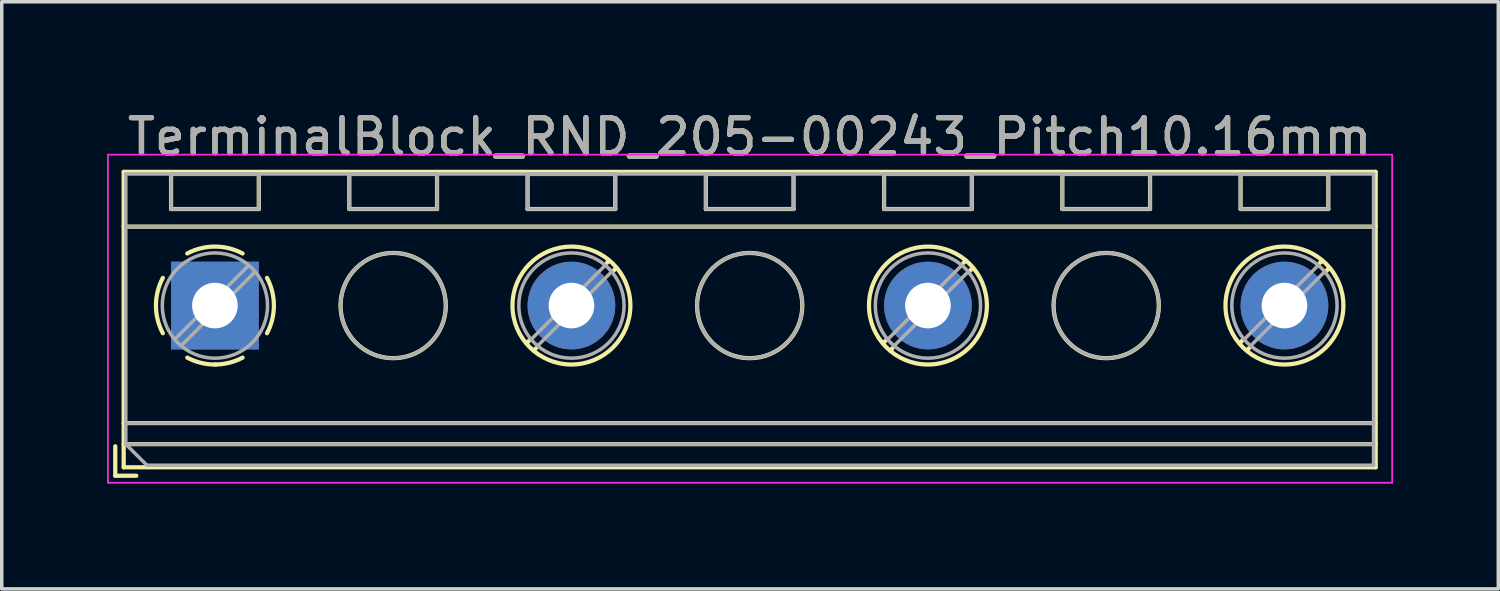
<source format=kicad_pcb>
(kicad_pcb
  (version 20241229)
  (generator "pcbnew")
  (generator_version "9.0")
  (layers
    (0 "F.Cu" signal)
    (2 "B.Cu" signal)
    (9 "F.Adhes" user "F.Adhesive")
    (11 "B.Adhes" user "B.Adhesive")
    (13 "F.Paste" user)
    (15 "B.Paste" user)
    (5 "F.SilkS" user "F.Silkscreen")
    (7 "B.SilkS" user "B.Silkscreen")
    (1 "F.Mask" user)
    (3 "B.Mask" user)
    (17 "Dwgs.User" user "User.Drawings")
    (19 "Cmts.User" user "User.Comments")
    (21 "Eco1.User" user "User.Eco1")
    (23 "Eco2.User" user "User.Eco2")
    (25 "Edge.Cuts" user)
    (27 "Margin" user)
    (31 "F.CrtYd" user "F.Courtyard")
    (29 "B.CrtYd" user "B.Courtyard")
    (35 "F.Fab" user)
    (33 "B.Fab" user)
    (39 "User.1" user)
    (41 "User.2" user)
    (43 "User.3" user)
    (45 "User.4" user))
  (footprint "TerminalBlock_RND_205-00243_Pitch10.16mm"
    (layer "F.Cu")
    (at 3.075 5.658)
    (property "Reference" "TerminalBlock_RND_205-00243_Pitch10.16mm" (at 15.24 -4.81 0) (layer "F.SilkS") (effects (font (size 1 1) (thickness 0.15))))
    (attr through_hole)
    (fp_line (start -2.84 4.01) (end -2.84 4.85) (stroke (width 0.12) (type solid)) (layer "F.SilkS"))
    (fp_line (start -2.84 4.85) (end -2.24 4.85) (stroke (width 0.12) (type solid)) (layer "F.SilkS"))
    (fp_line (start -2.6 -3.81) (end -2.6 4.61) (stroke (width 0.12) (type solid)) (layer "F.SilkS"))
    (fp_line (start -2.6 -2.25) (end 33.08 -2.25) (stroke (width 0.12) (type solid)) (layer "F.SilkS"))
    (fp_line (start -2.6 3.35) (end 33.08 3.35) (stroke (width 0.12) (type solid)) (layer "F.SilkS"))
    (fp_line (start -2.6 3.95) (end 33.08 3.95) (stroke (width 0.12) (type solid)) (layer "F.SilkS"))
    (fp_line (start -2.6 4.61) (end 33.08 4.61) (stroke (width 0.12) (type solid)) (layer "F.SilkS"))
    (fp_line (start -1.25 -3.751) (end -1.25 -2.751) (stroke (width 0.12) (type solid)) (layer "F.SilkS"))
    (fp_line (start -1.25 -3.751) (end 1.25 -3.751) (stroke (width 0.12) (type solid)) (layer "F.SilkS"))
    (fp_line (start -1.25 -2.751) (end 1.25 -2.751) (stroke (width 0.12) (type solid)) (layer "F.SilkS"))
    (fp_line (start 1.25 -3.751) (end 1.25 -2.751) (stroke (width 0.12) (type solid)) (layer "F.SilkS"))
    (fp_line (start 3.83 -3.751) (end 3.83 -2.751) (stroke (width 0.12) (type solid)) (layer "F.SilkS"))
    (fp_line (start 3.83 -3.751) (end 6.33 -3.751) (stroke (width 0.12) (type solid)) (layer "F.SilkS"))
    (fp_line (start 3.83 -2.751) (end 6.33 -2.751) (stroke (width 0.12) (type solid)) (layer "F.SilkS"))
    (fp_line (start 6.33 -3.751) (end 6.33 -2.751) (stroke (width 0.12) (type solid)) (layer "F.SilkS"))
    (fp_line (start 8.91 -3.751) (end 8.91 -2.751) (stroke (width 0.12) (type solid)) (layer "F.SilkS"))
    (fp_line (start 8.91 -3.751) (end 11.41 -3.751) (stroke (width 0.12) (type solid)) (layer "F.SilkS"))
    (fp_line (start 8.91 -2.751) (end 11.41 -2.751) (stroke (width 0.12) (type solid)) (layer "F.SilkS"))
    (fp_line (start 8.98 0.976) (end 8.886 1.069) (stroke (width 0.12) (type solid)) (layer "F.SilkS"))
    (fp_line (start 9.15 1.216) (end 9.091 1.274) (stroke (width 0.12) (type solid)) (layer "F.SilkS"))
    (fp_line (start 11.23 -1.275) (end 11.171 -1.216) (stroke (width 0.12) (type solid)) (layer "F.SilkS"))
    (fp_line (start 11.41 -3.751) (end 11.41 -2.751) (stroke (width 0.12) (type solid)) (layer "F.SilkS"))
    (fp_line (start 11.435 -1.069) (end 11.341 -0.976) (stroke (width 0.12) (type solid)) (layer "F.SilkS"))
    (fp_line (start 13.99 -3.751) (end 13.99 -2.751) (stroke (width 0.12) (type solid)) (layer "F.SilkS"))
    (fp_line (start 13.99 -3.751) (end 16.49 -3.751) (stroke (width 0.12) (type solid)) (layer "F.SilkS"))
    (fp_line (start 13.99 -2.751) (end 16.49 -2.751) (stroke (width 0.12) (type solid)) (layer "F.SilkS"))
    (fp_line (start 16.49 -3.751) (end 16.49 -2.751) (stroke (width 0.12) (type solid)) (layer "F.SilkS"))
    (fp_line (start 19.07 -3.751) (end 19.07 -2.751) (stroke (width 0.12) (type solid)) (layer "F.SilkS"))
    (fp_line (start 19.07 -3.751) (end 21.57 -3.751) (stroke (width 0.12) (type solid)) (layer "F.SilkS"))
    (fp_line (start 19.07 -2.751) (end 21.57 -2.751) (stroke (width 0.12) (type solid)) (layer "F.SilkS"))
    (fp_line (start 19.14 0.976) (end 19.046 1.069) (stroke (width 0.12) (type solid)) (layer "F.SilkS"))
    (fp_line (start 19.31 1.216) (end 19.251 1.274) (stroke (width 0.12) (type solid)) (layer "F.SilkS"))
    (fp_line (start 21.39 -1.275) (end 21.331 -1.216) (stroke (width 0.12) (type solid)) (layer "F.SilkS"))
    (fp_line (start 21.57 -3.751) (end 21.57 -2.751) (stroke (width 0.12) (type solid)) (layer "F.SilkS"))
    (fp_line (start 21.595 -1.069) (end 21.501 -0.976) (stroke (width 0.12) (type solid)) (layer "F.SilkS"))
    (fp_line (start 24.15 -3.751) (end 24.15 -2.751) (stroke (width 0.12) (type solid)) (layer "F.SilkS"))
    (fp_line (start 24.15 -3.751) (end 26.65 -3.751) (stroke (width 0.12) (type solid)) (layer "F.SilkS"))
    (fp_line (start 24.15 -2.751) (end 26.65 -2.751) (stroke (width 0.12) (type solid)) (layer "F.SilkS"))
    (fp_line (start 26.65 -3.751) (end 26.65 -2.751) (stroke (width 0.12) (type solid)) (layer "F.SilkS"))
    (fp_line (start 29.23 -3.751) (end 29.23 -2.751) (stroke (width 0.12) (type solid)) (layer "F.SilkS"))
    (fp_line (start 29.23 -3.751) (end 31.73 -3.751) (stroke (width 0.12) (type solid)) (layer "F.SilkS"))
    (fp_line (start 29.23 -2.751) (end 31.73 -2.751) (stroke (width 0.12) (type solid)) (layer "F.SilkS"))
    (fp_line (start 29.3 0.976) (end 29.206 1.069) (stroke (width 0.12) (type solid)) (layer "F.SilkS"))
    (fp_line (start 29.47 1.216) (end 29.411 1.274) (stroke (width 0.12) (type solid)) (layer "F.SilkS"))
    (fp_line (start 31.55 -1.275) (end 31.491 -1.216) (stroke (width 0.12) (type solid)) (layer "F.SilkS"))
    (fp_line (start 31.73 -3.751) (end 31.73 -2.751) (stroke (width 0.12) (type solid)) (layer "F.SilkS"))
    (fp_line (start 31.755 -1.069) (end 31.661 -0.976) (stroke (width 0.12) (type solid)) (layer "F.SilkS"))
    (fp_line (start 33.08 -3.81) (end -2.6 -3.81) (stroke (width 0.12) (type solid)) (layer "F.SilkS"))
    (fp_line (start 33.08 4.61) (end 33.08 -3.81) (stroke (width 0.12) (type solid)) (layer "F.SilkS"))
    (fp_arc (start -1.483953 0.789089) (mid -1.680708 0.00005) (end -1.484 -0.789) (stroke (width 0.12) (type solid)) (layer "F.SilkS"))
    (fp_arc (start -0.789089 -1.483953) (mid -0.00005 -1.680708) (end 0.789 -1.484) (stroke (width 0.12) (type solid)) (layer "F.SilkS"))
    (fp_arc (start 0.029383 1.68045) (mid -0.392304 1.634281) (end -0.789 1.484) (stroke (width 0.12) (type solid)) (layer "F.SilkS"))
    (fp_arc (start 0.788712 1.483352) (mid 0.406429 1.630097) (end 0 1.68) (stroke (width 0.12) (type solid)) (layer "F.SilkS"))
    (fp_arc (start 1.483953 -0.789089) (mid 1.680708 -0.00005) (end 1.484 0.789) (stroke (width 0.12) (type solid)) (layer "F.SilkS"))
    (fp_circle (center 5.08 0) (end 6.58 0) (stroke (width 0.12) (type solid)) (fill no) (layer "F.SilkS"))
    (fp_circle (center 10.16 0) (end 11.84 0) (stroke (width 0.12) (type solid)) (fill no) (layer "F.SilkS"))
    (fp_circle (center 15.24 0) (end 16.74 0) (stroke (width 0.12) (type solid)) (fill no) (layer "F.SilkS"))
    (fp_circle (center 20.32 0) (end 22 0) (stroke (width 0.12) (type solid)) (fill no) (layer "F.SilkS"))
    (fp_circle (center 25.4 0) (end 26.9 0) (stroke (width 0.12) (type solid)) (fill no) (layer "F.SilkS"))
    (fp_circle (center 30.48 0) (end 32.16 0) (stroke (width 0.12) (type solid)) (fill no) (layer "F.SilkS"))
    (fp_line (start -3.05 -4.3) (end -3.05 5.05) (stroke (width 0.05) (type solid)) (layer "F.CrtYd"))
    (fp_line (start -3.05 5.05) (end 33.55 5.05) (stroke (width 0.05) (type solid)) (layer "F.CrtYd"))
    (fp_line (start 33.55 -4.3) (end -3.05 -4.3) (stroke (width 0.05) (type solid)) (layer "F.CrtYd"))
    (fp_line (start 33.55 5.05) (end 33.55 -4.3) (stroke (width 0.05) (type solid)) (layer "F.CrtYd"))
    (fp_line (start -2.54 -3.75) (end 33.02 -3.75) (stroke (width 0.1) (type solid)) (layer "F.Fab"))
    (fp_line (start -2.54 -2.25) (end 33.02 -2.25) (stroke (width 0.1) (type solid)) (layer "F.Fab"))
    (fp_line (start -2.54 3.35) (end 33.02 3.35) (stroke (width 0.1) (type solid)) (layer "F.Fab"))
    (fp_line (start -2.54 3.95) (end -2.54 -3.75) (stroke (width 0.1) (type solid)) (layer "F.Fab"))
    (fp_line (start -2.54 3.95) (end 33.02 3.95) (stroke (width 0.1) (type solid)) (layer "F.Fab"))
    (fp_line (start -1.94 4.55) (end -2.54 3.95) (stroke (width 0.1) (type solid)) (layer "F.Fab"))
    (fp_line (start -1.25 -3.75) (end -1.25 -2.75) (stroke (width 0.1) (type solid)) (layer "F.Fab"))
    (fp_line (start -1.25 -2.75) (end 1.25 -2.75) (stroke (width 0.1) (type solid)) (layer "F.Fab"))
    (fp_line (start 0.955 -1.138) (end -1.138 0.955) (stroke (width 0.1) (type solid)) (layer "F.Fab"))
    (fp_line (start 1.138 -0.955) (end -0.955 1.138) (stroke (width 0.1) (type solid)) (layer "F.Fab"))
    (fp_line (start 1.25 -3.75) (end -1.25 -3.75) (stroke (width 0.1) (type solid)) (layer "F.Fab"))
    (fp_line (start 1.25 -2.75) (end 1.25 -3.75) (stroke (width 0.1) (type solid)) (layer "F.Fab"))
    (fp_line (start 3.83 -3.75) (end 3.83 -2.75) (stroke (width 0.1) (type solid)) (layer "F.Fab"))
    (fp_line (start 3.83 -2.75) (end 6.33 -2.75) (stroke (width 0.1) (type solid)) (layer "F.Fab"))
    (fp_line (start 6.33 -3.75) (end 3.83 -3.75) (stroke (width 0.1) (type solid)) (layer "F.Fab"))
    (fp_line (start 6.33 -2.75) (end 6.33 -3.75) (stroke (width 0.1) (type solid)) (layer "F.Fab"))
    (fp_line (start 8.91 -3.75) (end 8.91 -2.75) (stroke (width 0.1) (type solid)) (layer "F.Fab"))
    (fp_line (start 8.91 -2.75) (end 11.41 -2.75) (stroke (width 0.1) (type solid)) (layer "F.Fab"))
    (fp_line (start 11.115 -1.138) (end 9.023 0.955) (stroke (width 0.1) (type solid)) (layer "F.Fab"))
    (fp_line (start 11.298 -0.955) (end 9.206 1.138) (stroke (width 0.1) (type solid)) (layer "F.Fab"))
    (fp_line (start 11.41 -3.75) (end 8.91 -3.75) (stroke (width 0.1) (type solid)) (layer "F.Fab"))
    (fp_line (start 11.41 -2.75) (end 11.41 -3.75) (stroke (width 0.1) (type solid)) (layer "F.Fab"))
    (fp_line (start 13.99 -3.75) (end 13.99 -2.75) (stroke (width 0.1) (type solid)) (layer "F.Fab"))
    (fp_line (start 13.99 -2.75) (end 16.49 -2.75) (stroke (width 0.1) (type solid)) (layer "F.Fab"))
    (fp_line (start 16.49 -3.75) (end 13.99 -3.75) (stroke (width 0.1) (type solid)) (layer "F.Fab"))
    (fp_line (start 16.49 -2.75) (end 16.49 -3.75) (stroke (width 0.1) (type solid)) (layer "F.Fab"))
    (fp_line (start 19.07 -3.75) (end 19.07 -2.75) (stroke (width 0.1) (type solid)) (layer "F.Fab"))
    (fp_line (start 19.07 -2.75) (end 21.57 -2.75) (stroke (width 0.1) (type solid)) (layer "F.Fab"))
    (fp_line (start 21.275 -1.138) (end 19.183 0.955) (stroke (width 0.1) (type solid)) (layer "F.Fab"))
    (fp_line (start 21.458 -0.955) (end 19.366 1.138) (stroke (width 0.1) (type solid)) (layer "F.Fab"))
    (fp_line (start 21.57 -3.75) (end 19.07 -3.75) (stroke (width 0.1) (type solid)) (layer "F.Fab"))
    (fp_line (start 21.57 -2.75) (end 21.57 -3.75) (stroke (width 0.1) (type solid)) (layer "F.Fab"))
    (fp_line (start 24.15 -3.75) (end 24.15 -2.75) (stroke (width 0.1) (type solid)) (layer "F.Fab"))
    (fp_line (start 24.15 -2.75) (end 26.65 -2.75) (stroke (width 0.1) (type solid)) (layer "F.Fab"))
    (fp_line (start 26.65 -3.75) (end 24.15 -3.75) (stroke (width 0.1) (type solid)) (layer "F.Fab"))
    (fp_line (start 26.65 -2.75) (end 26.65 -3.75) (stroke (width 0.1) (type solid)) (layer "F.Fab"))
    (fp_line (start 29.23 -3.75) (end 29.23 -2.75) (stroke (width 0.1) (type solid)) (layer "F.Fab"))
    (fp_line (start 29.23 -2.75) (end 31.73 -2.75) (stroke (width 0.1) (type solid)) (layer "F.Fab"))
    (fp_line (start 31.435 -1.138) (end 29.343 0.955) (stroke (width 0.1) (type solid)) (layer "F.Fab"))
    (fp_line (start 31.618 -0.955) (end 29.526 1.138) (stroke (width 0.1) (type solid)) (layer "F.Fab"))
    (fp_line (start 31.73 -3.75) (end 29.23 -3.75) (stroke (width 0.1) (type solid)) (layer "F.Fab"))
    (fp_line (start 31.73 -2.75) (end 31.73 -3.75) (stroke (width 0.1) (type solid)) (layer "F.Fab"))
    (fp_line (start 33.02 -3.75) (end 33.02 4.55) (stroke (width 0.1) (type solid)) (layer "F.Fab"))
    (fp_line (start 33.02 4.55) (end -1.94 4.55) (stroke (width 0.1) (type solid)) (layer "F.Fab"))
    (fp_circle (center 0 0) (end 1.5 0) (stroke (width 0.1) (type solid)) (fill no) (layer "F.Fab"))
    (fp_circle (center 5.08 0) (end 6.58 0) (stroke (width 0.1) (type solid)) (fill no) (layer "F.Fab"))
    (fp_circle (center 10.16 0) (end 11.66 0) (stroke (width 0.1) (type solid)) (fill no) (layer "F.Fab"))
    (fp_circle (center 15.24 0) (end 16.74 0) (stroke (width 0.1) (type solid)) (fill no) (layer "F.Fab"))
    (fp_circle (center 20.32 0) (end 21.82 0) (stroke (width 0.1) (type solid)) (fill no) (layer "F.Fab"))
    (fp_circle (center 25.4 0) (end 26.9 0) (stroke (width 0.1) (type solid)) (fill no) (layer "F.Fab"))
    (fp_circle (center 30.48 0) (end 31.98 0) (stroke (width 0.1) (type solid)) (fill no) (layer "F.Fab"))
    (fp_text user "${REFERENCE}" (at 15.24 -4.81 0) (layer "F.Fab") (effects (font (size 1 1) (thickness 0.15))))
    (pad "1" thru_hole rect (at 0 0) (size 2.5 2.5) (drill 1.3) (layers "*.Cu" "*.Mask"))
    (pad "2" thru_hole circle (at 10.16 0) (size 2.5 2.5) (drill 1.3) (layers "*.Cu" "*.Mask"))
    (pad "3" thru_hole circle (at 20.32 0) (size 2.5 2.5) (drill 1.3) (layers "*.Cu" "*.Mask"))
    (pad "4" thru_hole circle (at 30.48 0) (size 2.5 2.5) (drill 1.3) (layers "*.Cu" "*.Mask")))
  (gr_rect
    (start -3 -3)
    (end 39.65 13.733)
    (stroke (width 0.1) (type default))
    (fill no)
    (layer "Edge.Cuts")))
</source>
